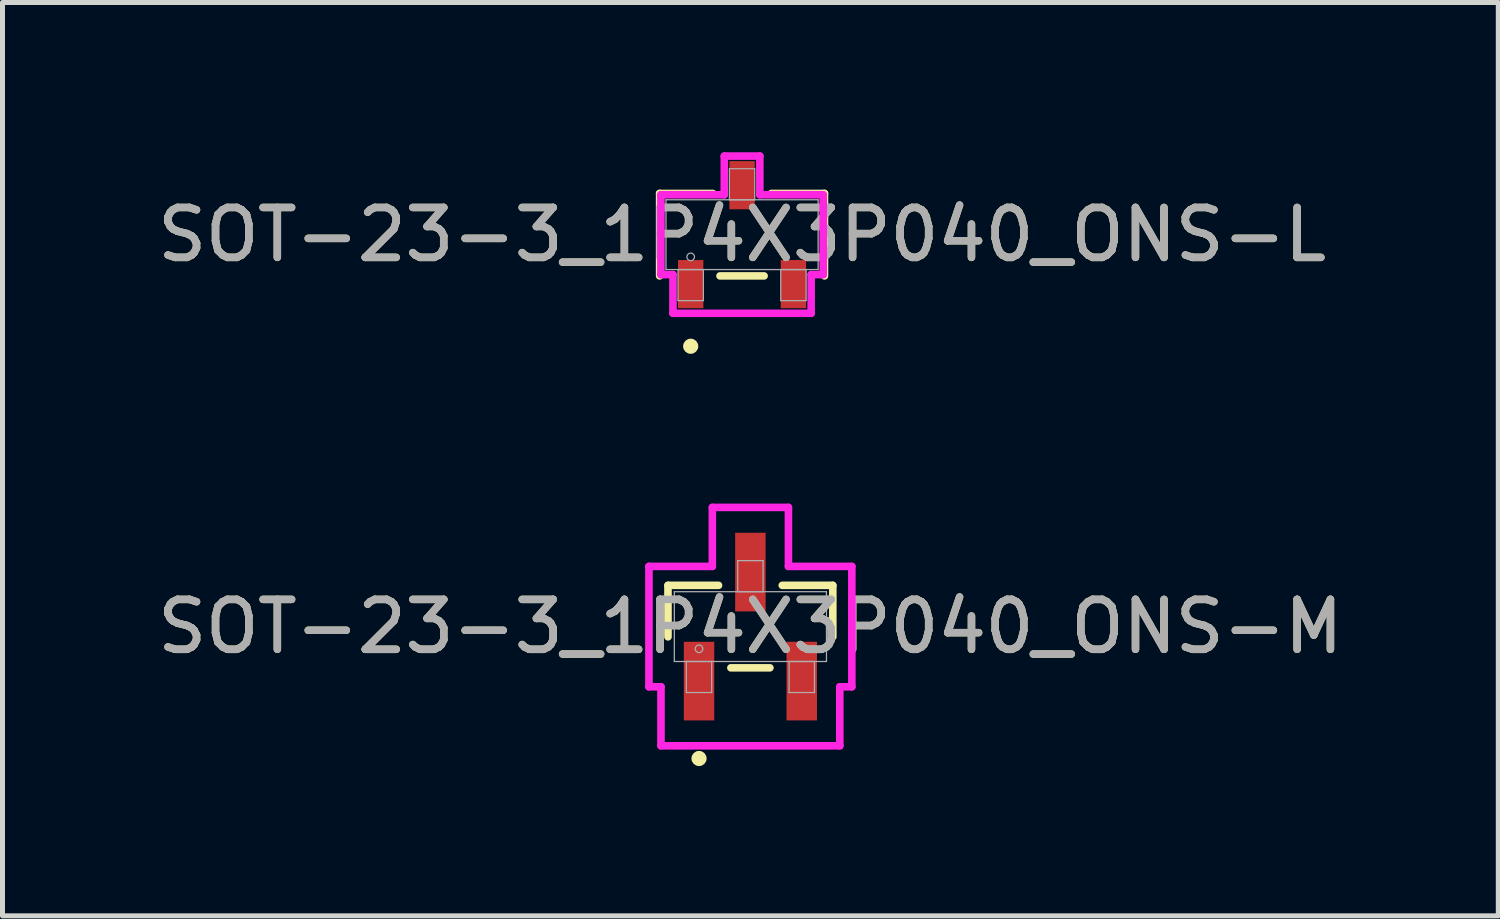
<source format=kicad_pcb>
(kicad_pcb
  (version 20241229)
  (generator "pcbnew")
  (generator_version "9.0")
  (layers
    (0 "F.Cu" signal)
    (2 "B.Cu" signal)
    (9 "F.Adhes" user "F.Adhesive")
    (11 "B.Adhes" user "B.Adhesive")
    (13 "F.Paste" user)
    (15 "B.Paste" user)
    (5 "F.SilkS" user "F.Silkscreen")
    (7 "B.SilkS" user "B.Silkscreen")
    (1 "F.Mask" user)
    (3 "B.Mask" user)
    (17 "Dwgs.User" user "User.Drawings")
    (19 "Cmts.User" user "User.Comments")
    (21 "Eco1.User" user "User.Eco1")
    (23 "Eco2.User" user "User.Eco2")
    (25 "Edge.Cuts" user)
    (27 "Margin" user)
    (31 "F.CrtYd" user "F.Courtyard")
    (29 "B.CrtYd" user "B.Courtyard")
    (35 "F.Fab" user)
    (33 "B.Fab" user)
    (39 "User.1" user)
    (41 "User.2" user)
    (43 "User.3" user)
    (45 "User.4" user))
  (footprint "SOT-23-3_1P4X3P040_ONS-L"
    (layer "F.Cu")
    (at 11.815 1.651)
    (property "Reference" "SOT-23-3_1P4X3P040_ONS-L" (at 0 0 0) (unlocked yes) (layer "F.SilkS") (effects (font (size 1 1) (thickness 0.15))))
    (attr smd)
    (fp_line (start -1.651 -0.826) (end -1.651 0.826) (stroke (width 0.152) (type solid)) (layer "F.SilkS"))
    (fp_line (start -0.587 -0.826) (end -1.651 -0.826) (stroke (width 0.152) (type solid)) (layer "F.SilkS"))
    (fp_line (start -0.442 0.826) (end 0.442 0.826) (stroke (width 0.152) (type solid)) (layer "F.SilkS"))
    (fp_line (start 1.651 -0.826) (end 0.587 -0.826) (stroke (width 0.152) (type solid)) (layer "F.SilkS"))
    (fp_line (start 1.651 0.826) (end 1.651 -0.826) (stroke (width 0.152) (type solid)) (layer "F.SilkS"))
    (fp_circle (center -1.029 2.235) (end -0.953 2.235) (stroke (width 0.152) (type solid)) (fill no) (layer "F.SilkS"))
    (fp_line (start -1.626 -0.8) (end -0.356 -0.8) (stroke (width 0.152) (type solid)) (layer "F.CrtYd"))
    (fp_line (start -1.626 0.8) (end -1.626 -0.8) (stroke (width 0.152) (type solid)) (layer "F.CrtYd"))
    (fp_line (start -1.626 0.8) (end -1.384 0.8) (stroke (width 0.152) (type solid)) (layer "F.CrtYd"))
    (fp_line (start -1.384 0.8) (end -1.384 1.575) (stroke (width 0.152) (type solid)) (layer "F.CrtYd"))
    (fp_line (start -1.384 1.575) (end 1.384 1.575) (stroke (width 0.152) (type solid)) (layer "F.CrtYd"))
    (fp_line (start -0.356 -1.575) (end 0.356 -1.575) (stroke (width 0.152) (type solid)) (layer "F.CrtYd"))
    (fp_line (start -0.356 -0.8) (end -0.356 -1.575) (stroke (width 0.152) (type solid)) (layer "F.CrtYd"))
    (fp_line (start 0.356 -0.8) (end 0.356 -1.575) (stroke (width 0.152) (type solid)) (layer "F.CrtYd"))
    (fp_line (start 1.384 0.8) (end 1.384 1.575) (stroke (width 0.152) (type solid)) (layer "F.CrtYd"))
    (fp_line (start 1.626 -0.8) (end 0.356 -0.8) (stroke (width 0.152) (type solid)) (layer "F.CrtYd"))
    (fp_line (start 1.626 -0.8) (end 1.626 0.8) (stroke (width 0.152) (type solid)) (layer "F.CrtYd"))
    (fp_line (start 1.626 0.8) (end 1.384 0.8) (stroke (width 0.152) (type solid)) (layer "F.CrtYd"))
    (fp_line (start -1.524 -0.699) (end -1.524 0.699) (stroke (width 0.025) (type solid)) (layer "F.Fab"))
    (fp_line (start -1.524 0.699) (end 1.524 0.699) (stroke (width 0.025) (type solid)) (layer "F.Fab"))
    (fp_line (start -1.283 0.699) (end -1.283 1.321) (stroke (width 0.025) (type solid)) (layer "F.Fab"))
    (fp_line (start -1.283 1.321) (end -0.775 1.321) (stroke (width 0.025) (type solid)) (layer "F.Fab"))
    (fp_line (start -0.775 0.699) (end -1.283 0.699) (stroke (width 0.025) (type solid)) (layer "F.Fab"))
    (fp_line (start -0.775 1.321) (end -0.775 0.699) (stroke (width 0.025) (type solid)) (layer "F.Fab"))
    (fp_line (start -0.254 -1.321) (end -0.254 -0.699) (stroke (width 0.025) (type solid)) (layer "F.Fab"))
    (fp_line (start -0.254 -0.699) (end 0.254 -0.699) (stroke (width 0.025) (type solid)) (layer "F.Fab"))
    (fp_line (start 0.254 -1.321) (end -0.254 -1.321) (stroke (width 0.025) (type solid)) (layer "F.Fab"))
    (fp_line (start 0.254 -0.699) (end 0.254 -1.321) (stroke (width 0.025) (type solid)) (layer "F.Fab"))
    (fp_line (start 0.775 0.699) (end 0.775 1.321) (stroke (width 0.025) (type solid)) (layer "F.Fab"))
    (fp_line (start 0.775 1.321) (end 1.283 1.321) (stroke (width 0.025) (type solid)) (layer "F.Fab"))
    (fp_line (start 1.283 0.699) (end 0.775 0.699) (stroke (width 0.025) (type solid)) (layer "F.Fab"))
    (fp_line (start 1.283 1.321) (end 1.283 0.699) (stroke (width 0.025) (type solid)) (layer "F.Fab"))
    (fp_line (start 1.524 -0.699) (end -1.524 -0.699) (stroke (width 0.025) (type solid)) (layer "F.Fab"))
    (fp_line (start 1.524 0.699) (end 1.524 -0.699) (stroke (width 0.025) (type solid)) (layer "F.Fab"))
    (fp_circle (center -1.029 0.445) (end -0.953 0.445) (stroke (width 0.025) (type solid)) (fill no) (layer "F.Fab"))
    (fp_text user "${REFERENCE}" (at 0 0 0) (unlocked yes) (layer "F.Fab") (effects (font (size 1 1) (thickness 0.15))))
    (pad "1" smd rect (at -1.029 0.991) (size 0.508 0.965) (layers "F.Cu" "F.Mask" "F.Paste"))
    (pad "2" smd rect (at 1.029 0.991) (size 0.508 0.965) (layers "F.Cu" "F.Mask" "F.Paste"))
    (pad "3" smd rect (at 0 -0.991) (size 0.508 0.965) (layers "F.Cu" "F.Mask" "F.Paste")))
  (footprint "SOT-23-3_1P4X3P040_ONS-M"
    (layer "F.Cu")
    (at 11.982 9.502)
    (property "Reference" "SOT-23-3_1P4X3P040_ONS-M" (at 0 0 0) (unlocked yes) (layer "F.SilkS") (effects (font (size 1 1) (thickness 0.15))))
    (attr smd)
    (fp_line (start -1.651 -0.826) (end -1.651 0.205) (stroke (width 0.152) (type solid)) (layer "F.SilkS"))
    (fp_line (start -0.638 -0.826) (end -1.651 -0.826) (stroke (width 0.152) (type solid)) (layer "F.SilkS"))
    (fp_line (start -0.391 0.826) (end 0.391 0.826) (stroke (width 0.152) (type solid)) (layer "F.SilkS"))
    (fp_line (start 1.651 -0.826) (end 0.638 -0.826) (stroke (width 0.152) (type solid)) (layer "F.SilkS"))
    (fp_line (start 1.651 0.205) (end 1.651 -0.826) (stroke (width 0.152) (type solid)) (layer "F.SilkS"))
    (fp_circle (center -1.029 2.642) (end -0.953 2.642) (stroke (width 0.152) (type solid)) (fill no) (layer "F.SilkS"))
    (fp_line (start -2.032 -1.206) (end -0.762 -1.206) (stroke (width 0.152) (type solid)) (layer "F.CrtYd"))
    (fp_line (start -2.032 1.206) (end -2.032 -1.206) (stroke (width 0.152) (type solid)) (layer "F.CrtYd"))
    (fp_line (start -2.032 1.206) (end -1.791 1.206) (stroke (width 0.152) (type solid)) (layer "F.CrtYd"))
    (fp_line (start -1.791 1.206) (end -1.791 2.388) (stroke (width 0.152) (type solid)) (layer "F.CrtYd"))
    (fp_line (start -1.791 2.388) (end 1.791 2.388) (stroke (width 0.152) (type solid)) (layer "F.CrtYd"))
    (fp_line (start -0.762 -2.388) (end 0.762 -2.388) (stroke (width 0.152) (type solid)) (layer "F.CrtYd"))
    (fp_line (start -0.762 -1.206) (end -0.762 -2.388) (stroke (width 0.152) (type solid)) (layer "F.CrtYd"))
    (fp_line (start 0.762 -1.206) (end 0.762 -2.388) (stroke (width 0.152) (type solid)) (layer "F.CrtYd"))
    (fp_line (start 1.791 1.206) (end 1.791 2.388) (stroke (width 0.152) (type solid)) (layer "F.CrtYd"))
    (fp_line (start 2.032 -1.206) (end 0.762 -1.206) (stroke (width 0.152) (type solid)) (layer "F.CrtYd"))
    (fp_line (start 2.032 -1.206) (end 2.032 1.206) (stroke (width 0.152) (type solid)) (layer "F.CrtYd"))
    (fp_line (start 2.032 1.206) (end 1.791 1.206) (stroke (width 0.152) (type solid)) (layer "F.CrtYd"))
    (fp_line (start -1.524 -0.699) (end -1.524 0.699) (stroke (width 0.025) (type solid)) (layer "F.Fab"))
    (fp_line (start -1.524 0.699) (end 1.524 0.699) (stroke (width 0.025) (type solid)) (layer "F.Fab"))
    (fp_line (start -1.283 0.699) (end -1.283 1.321) (stroke (width 0.025) (type solid)) (layer "F.Fab"))
    (fp_line (start -1.283 1.321) (end -0.775 1.321) (stroke (width 0.025) (type solid)) (layer "F.Fab"))
    (fp_line (start -0.775 0.699) (end -1.283 0.699) (stroke (width 0.025) (type solid)) (layer "F.Fab"))
    (fp_line (start -0.775 1.321) (end -0.775 0.699) (stroke (width 0.025) (type solid)) (layer "F.Fab"))
    (fp_line (start -0.254 -1.321) (end -0.254 -0.699) (stroke (width 0.025) (type solid)) (layer "F.Fab"))
    (fp_line (start -0.254 -0.699) (end 0.254 -0.699) (stroke (width 0.025) (type solid)) (layer "F.Fab"))
    (fp_line (start 0.254 -1.321) (end -0.254 -1.321) (stroke (width 0.025) (type solid)) (layer "F.Fab"))
    (fp_line (start 0.254 -0.699) (end 0.254 -1.321) (stroke (width 0.025) (type solid)) (layer "F.Fab"))
    (fp_line (start 0.775 0.699) (end 0.775 1.321) (stroke (width 0.025) (type solid)) (layer "F.Fab"))
    (fp_line (start 0.775 1.321) (end 1.283 1.321) (stroke (width 0.025) (type solid)) (layer "F.Fab"))
    (fp_line (start 1.283 0.699) (end 0.775 0.699) (stroke (width 0.025) (type solid)) (layer "F.Fab"))
    (fp_line (start 1.283 1.321) (end 1.283 0.699) (stroke (width 0.025) (type solid)) (layer "F.Fab"))
    (fp_line (start 1.524 -0.699) (end -1.524 -0.699) (stroke (width 0.025) (type solid)) (layer "F.Fab"))
    (fp_line (start 1.524 0.699) (end 1.524 -0.699) (stroke (width 0.025) (type solid)) (layer "F.Fab"))
    (fp_circle (center -1.029 0.445) (end -0.953 0.445) (stroke (width 0.025) (type solid)) (fill no) (layer "F.Fab"))
    (fp_text user "${REFERENCE}" (at 0 0 0) (unlocked yes) (layer "F.Fab") (effects (font (size 1 1) (thickness 0.15))))
    (pad "1" smd rect (at -1.029 1.092) (size 0.61 1.575) (layers "F.Cu" "F.Mask" "F.Paste"))
    (pad "2" smd rect (at 1.029 1.092) (size 0.61 1.575) (layers "F.Cu" "F.Mask" "F.Paste"))
    (pad "3" smd rect (at 0 -1.092) (size 0.61 1.575) (layers "F.Cu" "F.Mask" "F.Paste")))
  (gr_rect
    (start -3 -3)
    (end 26.964 15.296)
    (stroke (width 0.1) (type default))
    (fill no)
    (layer "Edge.Cuts")))
</source>
